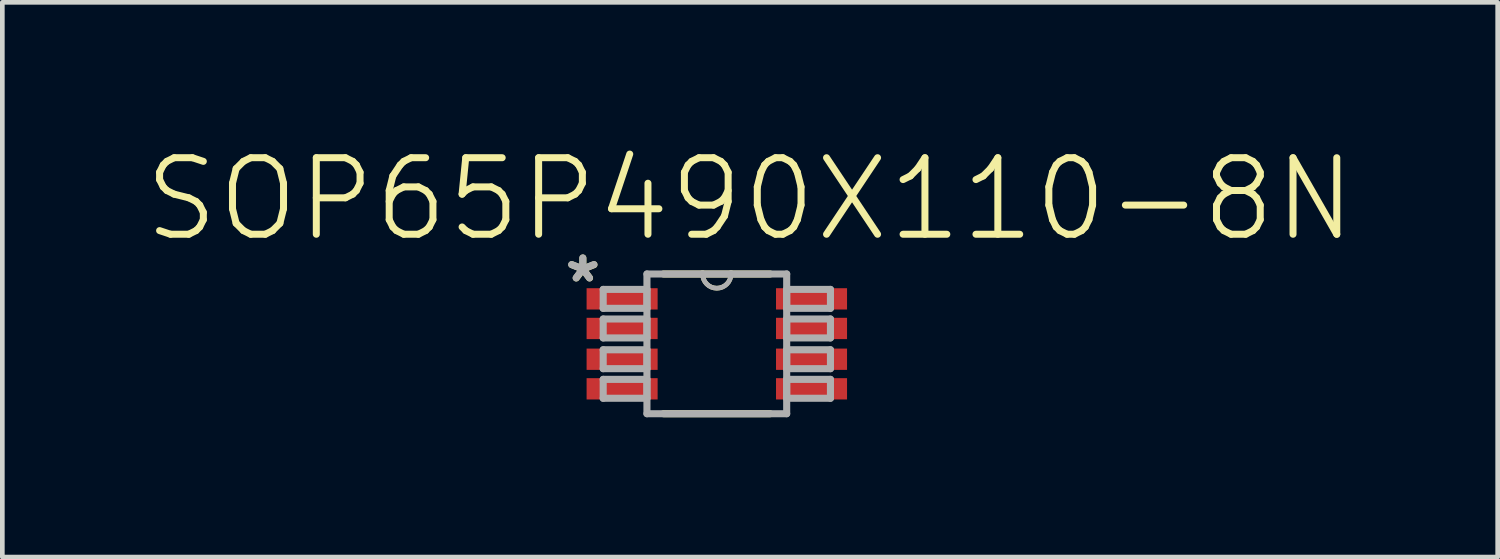
<source format=kicad_pcb>
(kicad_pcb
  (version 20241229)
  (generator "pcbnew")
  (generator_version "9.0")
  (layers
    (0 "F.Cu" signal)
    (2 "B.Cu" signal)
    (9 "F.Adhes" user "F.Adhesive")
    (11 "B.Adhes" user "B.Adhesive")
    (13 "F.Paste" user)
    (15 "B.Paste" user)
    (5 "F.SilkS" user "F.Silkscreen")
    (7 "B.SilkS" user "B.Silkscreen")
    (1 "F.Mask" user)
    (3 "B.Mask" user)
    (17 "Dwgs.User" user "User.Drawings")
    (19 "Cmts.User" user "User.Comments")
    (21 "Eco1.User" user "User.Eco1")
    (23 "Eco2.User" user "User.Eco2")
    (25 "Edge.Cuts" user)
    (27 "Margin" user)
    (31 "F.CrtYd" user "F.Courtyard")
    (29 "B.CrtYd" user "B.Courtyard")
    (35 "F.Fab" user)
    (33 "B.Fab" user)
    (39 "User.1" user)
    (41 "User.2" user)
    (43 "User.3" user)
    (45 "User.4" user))
  (footprint "SOP65P490X110-8N"
    (layer "F.Cu")
    (at 12.329 4.327)
    (property "Reference" "SOP65P490X110-8N" (at 0.712 -3.103 0) (layer "F.SilkS") (effects (font (size 1.642 1.642) (thickness 0.15))))
    (attr smd)
    (fp_line (start -1.143 1.499) (end 1.143 1.499) (stroke (width 0.152) (type solid)) (layer "F.SilkS"))
    (fp_line (start -0.305 -1.499) (end -1.143 -1.499) (stroke (width 0.152) (type solid)) (layer "F.SilkS"))
    (fp_line (start 0.305 -1.499) (end -0.305 -1.499) (stroke (width 0.152) (type solid)) (layer "F.SilkS"))
    (fp_line (start 1.143 -1.499) (end 0.305 -1.499) (stroke (width 0.152) (type solid)) (layer "F.SilkS"))
    (fp_arc (start 0.3048 -1.4986) (mid 0 -1.1938) (end -0.3048 -1.4986) (stroke (width 0.1) (type solid)) (layer "F.SilkS"))
    (fp_line (start -2.438 -1.168) (end -2.438 -0.762) (stroke (width 0.152) (type solid)) (layer "F.Fab"))
    (fp_line (start -2.438 -0.762) (end -1.499 -0.762) (stroke (width 0.152) (type solid)) (layer "F.Fab"))
    (fp_line (start -2.438 -0.533) (end -2.438 -0.127) (stroke (width 0.152) (type solid)) (layer "F.Fab"))
    (fp_line (start -2.438 -0.127) (end -1.499 -0.127) (stroke (width 0.152) (type solid)) (layer "F.Fab"))
    (fp_line (start -2.438 0.127) (end -2.438 0.533) (stroke (width 0.152) (type solid)) (layer "F.Fab"))
    (fp_line (start -2.438 0.533) (end -1.499 0.533) (stroke (width 0.152) (type solid)) (layer "F.Fab"))
    (fp_line (start -2.438 0.762) (end -2.438 1.168) (stroke (width 0.152) (type solid)) (layer "F.Fab"))
    (fp_line (start -2.438 1.168) (end -1.499 1.168) (stroke (width 0.152) (type solid)) (layer "F.Fab"))
    (fp_line (start -1.499 -1.499) (end -1.499 1.499) (stroke (width 0.152) (type solid)) (layer "F.Fab"))
    (fp_line (start -1.499 -1.168) (end -2.438 -1.168) (stroke (width 0.152) (type solid)) (layer "F.Fab"))
    (fp_line (start -1.499 -0.762) (end -1.499 -1.168) (stroke (width 0.152) (type solid)) (layer "F.Fab"))
    (fp_line (start -1.499 -0.533) (end -2.438 -0.533) (stroke (width 0.152) (type solid)) (layer "F.Fab"))
    (fp_line (start -1.499 -0.127) (end -1.499 -0.533) (stroke (width 0.152) (type solid)) (layer "F.Fab"))
    (fp_line (start -1.499 0.127) (end -2.438 0.127) (stroke (width 0.152) (type solid)) (layer "F.Fab"))
    (fp_line (start -1.499 0.533) (end -1.499 0.127) (stroke (width 0.152) (type solid)) (layer "F.Fab"))
    (fp_line (start -1.499 0.762) (end -2.438 0.762) (stroke (width 0.152) (type solid)) (layer "F.Fab"))
    (fp_line (start -1.499 1.168) (end -1.499 0.762) (stroke (width 0.152) (type solid)) (layer "F.Fab"))
    (fp_line (start -1.499 1.499) (end 1.499 1.499) (stroke (width 0.152) (type solid)) (layer "F.Fab"))
    (fp_line (start -0.305 -1.499) (end -1.499 -1.499) (stroke (width 0.152) (type solid)) (layer "F.Fab"))
    (fp_line (start 0.305 -1.499) (end -0.305 -1.499) (stroke (width 0.152) (type solid)) (layer "F.Fab"))
    (fp_line (start 1.499 -1.499) (end 0.305 -1.499) (stroke (width 0.152) (type solid)) (layer "F.Fab"))
    (fp_line (start 1.499 -1.168) (end 1.499 -0.762) (stroke (width 0.152) (type solid)) (layer "F.Fab"))
    (fp_line (start 1.499 -0.762) (end 2.438 -0.762) (stroke (width 0.152) (type solid)) (layer "F.Fab"))
    (fp_line (start 1.499 -0.533) (end 1.499 -0.127) (stroke (width 0.152) (type solid)) (layer "F.Fab"))
    (fp_line (start 1.499 -0.127) (end 2.438 -0.127) (stroke (width 0.152) (type solid)) (layer "F.Fab"))
    (fp_line (start 1.499 0.127) (end 1.499 0.533) (stroke (width 0.152) (type solid)) (layer "F.Fab"))
    (fp_line (start 1.499 0.533) (end 2.438 0.533) (stroke (width 0.152) (type solid)) (layer "F.Fab"))
    (fp_line (start 1.499 0.762) (end 1.499 1.168) (stroke (width 0.152) (type solid)) (layer "F.Fab"))
    (fp_line (start 1.499 1.168) (end 2.438 1.168) (stroke (width 0.152) (type solid)) (layer "F.Fab"))
    (fp_line (start 1.499 1.499) (end 1.499 -1.499) (stroke (width 0.152) (type solid)) (layer "F.Fab"))
    (fp_line (start 2.438 -1.168) (end 1.499 -1.168) (stroke (width 0.152) (type solid)) (layer "F.Fab"))
    (fp_line (start 2.438 -0.762) (end 2.438 -1.168) (stroke (width 0.152) (type solid)) (layer "F.Fab"))
    (fp_line (start 2.438 -0.533) (end 1.499 -0.533) (stroke (width 0.152) (type solid)) (layer "F.Fab"))
    (fp_line (start 2.438 -0.127) (end 2.438 -0.533) (stroke (width 0.152) (type solid)) (layer "F.Fab"))
    (fp_line (start 2.438 0.127) (end 1.499 0.127) (stroke (width 0.152) (type solid)) (layer "F.Fab"))
    (fp_line (start 2.438 0.533) (end 2.438 0.127) (stroke (width 0.152) (type solid)) (layer "F.Fab"))
    (fp_line (start 2.438 0.762) (end 1.499 0.762) (stroke (width 0.152) (type solid)) (layer "F.Fab"))
    (fp_line (start 2.438 1.168) (end 2.438 0.762) (stroke (width 0.152) (type solid)) (layer "F.Fab"))
    (fp_arc (start 0.3048 -1.4986) (mid 0 -1.1938) (end -0.3048 -1.4986) (stroke (width 0.1) (type solid)) (layer "F.Fab"))
    (fp_text user "*" (at -2.873 -1.296 0) (layer "F.SilkS") (effects (font (size 1.001 1.001) (thickness 0.15))))
    (fp_text user "*" (at -2.876 -1.298 0) (layer "F.Fab") (effects (font (size 1.002 1.002) (thickness 0.15))))
    (pad "1" smd rect (at -2.032 -0.965) (size 1.524 0.457) (layers "F.Cu" "F.Mask" "F.Paste"))
    (pad "2" smd rect (at -2.032 -0.33) (size 1.524 0.457) (layers "F.Cu" "F.Mask" "F.Paste"))
    (pad "3" smd rect (at -2.032 0.33) (size 1.524 0.457) (layers "F.Cu" "F.Mask" "F.Paste"))
    (pad "4" smd rect (at -2.032 0.965) (size 1.524 0.457) (layers "F.Cu" "F.Mask" "F.Paste"))
    (pad "5" smd rect (at 2.032 0.965) (size 1.524 0.457) (layers "F.Cu" "F.Mask" "F.Paste"))
    (pad "6" smd rect (at 2.032 0.33) (size 1.524 0.457) (layers "F.Cu" "F.Mask" "F.Paste"))
    (pad "7" smd rect (at 2.032 -0.33) (size 1.524 0.457) (layers "F.Cu" "F.Mask" "F.Paste"))
    (pad "8" smd rect (at 2.032 -0.965) (size 1.524 0.457) (layers "F.Cu" "F.Mask" "F.Paste")))
  (gr_rect
    (start -3 -3)
    (end 29.082 8.901)
    (stroke (width 0.1) (type default))
    (fill no)
    (layer "Edge.Cuts")))
</source>
